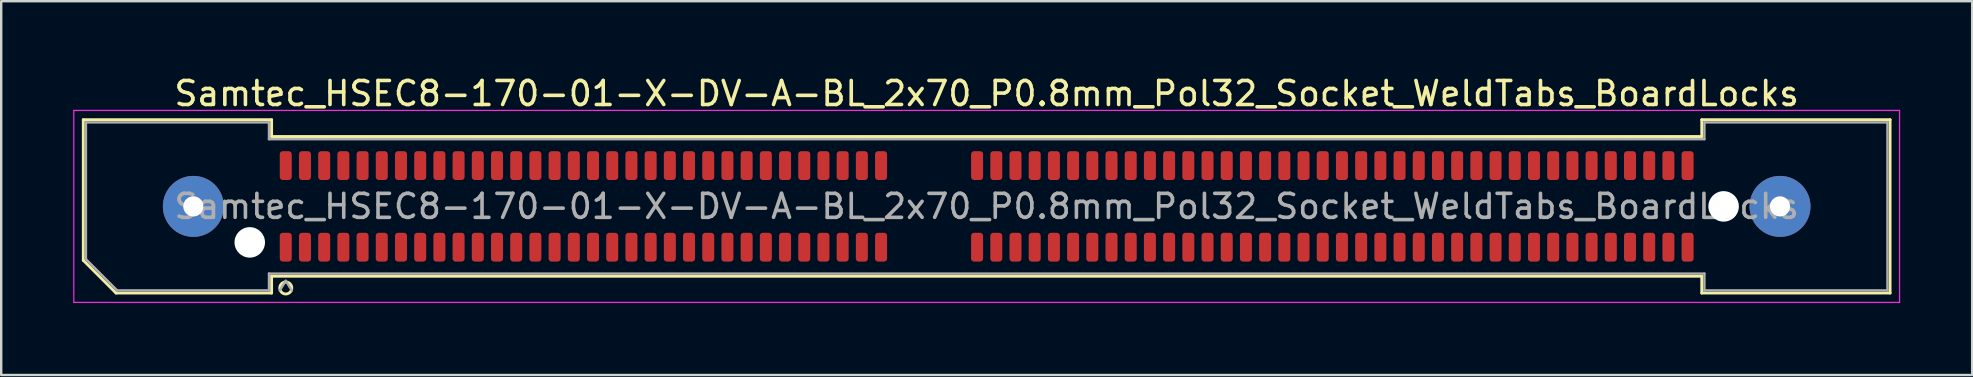
<source format=kicad_pcb>
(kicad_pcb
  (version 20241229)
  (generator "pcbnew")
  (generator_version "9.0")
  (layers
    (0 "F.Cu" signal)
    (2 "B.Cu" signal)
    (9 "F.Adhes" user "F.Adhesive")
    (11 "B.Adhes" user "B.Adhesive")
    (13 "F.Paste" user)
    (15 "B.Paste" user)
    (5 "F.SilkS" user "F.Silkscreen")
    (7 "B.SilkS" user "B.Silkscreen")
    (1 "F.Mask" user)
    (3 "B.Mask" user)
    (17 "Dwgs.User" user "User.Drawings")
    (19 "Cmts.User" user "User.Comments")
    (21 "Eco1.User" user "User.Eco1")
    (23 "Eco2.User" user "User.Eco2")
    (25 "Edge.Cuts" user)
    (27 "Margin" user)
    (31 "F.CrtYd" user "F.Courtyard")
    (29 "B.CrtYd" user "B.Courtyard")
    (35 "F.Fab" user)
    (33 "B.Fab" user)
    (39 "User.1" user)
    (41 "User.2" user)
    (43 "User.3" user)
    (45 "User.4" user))
  (footprint "Samtec_HSEC8-170-01-X-DV-A-BL_2x70_P0.8mm_Pol32_Socket_WeldTabs_BoardLocks"
    (layer "F.Cu")
    (at 38.055 5.548)
    (property "Reference" "Samtec_HSEC8-170-01-X-DV-A-BL_2x70_P0.8mm_Pol32_Socket_WeldTabs_BoardLocks" (at 0 -4.7 0) (layer "F.SilkS") (effects (font (size 1 1) (thickness 0.15))))
    (attr smd)
    (fp_line (start -37.635 -3.61) (end -29.79 -3.61) (stroke (width 0.12) (type solid)) (layer "F.SilkS"))
    (fp_line (start -37.635 2.246) (end -37.635 -3.61) (stroke (width 0.12) (type solid)) (layer "F.SilkS"))
    (fp_line (start -36.271 3.61) (end -37.635 2.246) (stroke (width 0.12) (type solid)) (layer "F.SilkS"))
    (fp_line (start -29.79 -3.61) (end -29.79 -2.91) (stroke (width 0.12) (type solid)) (layer "F.SilkS"))
    (fp_line (start -29.79 -2.91) (end 29.79 -2.91) (stroke (width 0.12) (type solid)) (layer "F.SilkS"))
    (fp_line (start -29.79 2.91) (end -29.79 3.61) (stroke (width 0.12) (type solid)) (layer "F.SilkS"))
    (fp_line (start -29.79 3.61) (end -36.271 3.61) (stroke (width 0.12) (type solid)) (layer "F.SilkS"))
    (fp_line (start 29.79 -3.61) (end 37.635 -3.61) (stroke (width 0.12) (type solid)) (layer "F.SilkS"))
    (fp_line (start 29.79 -2.91) (end 29.79 -3.61) (stroke (width 0.12) (type solid)) (layer "F.SilkS"))
    (fp_line (start 29.79 2.91) (end -29.79 2.91) (stroke (width 0.12) (type solid)) (layer "F.SilkS"))
    (fp_line (start 29.79 3.61) (end 29.79 2.91) (stroke (width 0.12) (type solid)) (layer "F.SilkS"))
    (fp_line (start 37.635 -3.61) (end 37.635 3.61) (stroke (width 0.12) (type solid)) (layer "F.SilkS"))
    (fp_line (start 37.635 3.61) (end 29.79 3.61) (stroke (width 0.12) (type solid)) (layer "F.SilkS"))
    (fp_circle (center -29.2 3.4) (end -28.95 3.4) (stroke (width 0.12) (type solid)) (fill no) (layer "F.SilkS"))
    (fp_line (start -38.03 -4) (end -38.03 4) (stroke (width 0.05) (type solid)) (layer "F.CrtYd"))
    (fp_line (start -38.03 4) (end 38.03 4) (stroke (width 0.05) (type solid)) (layer "F.CrtYd"))
    (fp_line (start 38.03 -4) (end -38.03 -4) (stroke (width 0.05) (type solid)) (layer "F.CrtYd"))
    (fp_line (start 38.03 4) (end 38.03 -4) (stroke (width 0.05) (type solid)) (layer "F.CrtYd"))
    (fp_line (start -37.525 -3.5) (end -29.9 -3.5) (stroke (width 0.1) (type solid)) (layer "F.Fab"))
    (fp_line (start -37.525 2.2) (end -37.525 -3.5) (stroke (width 0.1) (type solid)) (layer "F.Fab"))
    (fp_line (start -36.225 3.5) (end -37.525 2.2) (stroke (width 0.1) (type solid)) (layer "F.Fab"))
    (fp_line (start -29.9 -3.5) (end -29.9 -2.8) (stroke (width 0.1) (type solid)) (layer "F.Fab"))
    (fp_line (start -29.9 -2.8) (end 29.9 -2.8) (stroke (width 0.1) (type solid)) (layer "F.Fab"))
    (fp_line (start -29.9 2.8) (end -29.9 3.5) (stroke (width 0.1) (type solid)) (layer "F.Fab"))
    (fp_line (start -29.9 3.5) (end -36.225 3.5) (stroke (width 0.1) (type solid)) (layer "F.Fab"))
    (fp_line (start -29.2 3.1) (end -29.45 3.5) (stroke (width 0.1) (type solid)) (layer "F.Fab"))
    (fp_line (start -29.2 3.1) (end -28.95 3.5) (stroke (width 0.1) (type solid)) (layer "F.Fab"))
    (fp_line (start 29.9 -3.5) (end 37.525 -3.5) (stroke (width 0.1) (type solid)) (layer "F.Fab"))
    (fp_line (start 29.9 -2.8) (end 29.9 -3.5) (stroke (width 0.1) (type solid)) (layer "F.Fab"))
    (fp_line (start 29.9 2.8) (end -29.9 2.8) (stroke (width 0.1) (type solid)) (layer "F.Fab"))
    (fp_line (start 29.9 3.5) (end 29.9 2.8) (stroke (width 0.1) (type solid)) (layer "F.Fab"))
    (fp_line (start 37.525 -3.5) (end 37.525 3.5) (stroke (width 0.1) (type solid)) (layer "F.Fab"))
    (fp_line (start 37.525 3.5) (end 29.9 3.5) (stroke (width 0.1) (type solid)) (layer "F.Fab"))
    (fp_text user "${REFERENCE}" (at 0 0 0) (layer "F.Fab") (effects (font (size 1 1) (thickness 0.15))))
    (pad "" thru_hole circle (at -33.05 0) (size 2.54 2.54) (drill 0.84) (layers "*.Cu" "*.Mask" "F.Paste"))
    (pad "" np_thru_hole circle (at -30.7 1.5) (size 1.27 1.27) (drill 1.27) (layers "*.Cu" "*.Mask"))
    (pad "" np_thru_hole circle (at 30.7 0) (size 1.27 1.27) (drill 1.27) (layers "*.Cu" "*.Mask"))
    (pad "" thru_hole circle (at 33.05 0) (size 2.54 2.54) (drill 0.84) (layers "*.Cu" "*.Mask" "F.Paste"))
    (pad "1" smd roundrect (at -29.2 1.7) (size 0.5 1.2) (layers "F.Cu" "F.Mask" "F.Paste") (roundrect_rratio 0.25))
    (pad "2" smd roundrect (at -29.2 -1.7) (size 0.5 1.2) (layers "F.Cu" "F.Mask" "F.Paste") (roundrect_rratio 0.25))
    (pad "3" smd roundrect (at -28.4 1.7) (size 0.5 1.2) (layers "F.Cu" "F.Mask" "F.Paste") (roundrect_rratio 0.25))
    (pad "4" smd roundrect (at -28.4 -1.7) (size 0.5 1.2) (layers "F.Cu" "F.Mask" "F.Paste") (roundrect_rratio 0.25))
    (pad "5" smd roundrect (at -27.6 1.7) (size 0.5 1.2) (layers "F.Cu" "F.Mask" "F.Paste") (roundrect_rratio 0.25))
    (pad "6" smd roundrect (at -27.6 -1.7) (size 0.5 1.2) (layers "F.Cu" "F.Mask" "F.Paste") (roundrect_rratio 0.25))
    (pad "7" smd roundrect (at -26.8 1.7) (size 0.5 1.2) (layers "F.Cu" "F.Mask" "F.Paste") (roundrect_rratio 0.25))
    (pad "8" smd roundrect (at -26.8 -1.7) (size 0.5 1.2) (layers "F.Cu" "F.Mask" "F.Paste") (roundrect_rratio 0.25))
    (pad "9" smd roundrect (at -26 1.7) (size 0.5 1.2) (layers "F.Cu" "F.Mask" "F.Paste") (roundrect_rratio 0.25))
    (pad "10" smd roundrect (at -26 -1.7) (size 0.5 1.2) (layers "F.Cu" "F.Mask" "F.Paste") (roundrect_rratio 0.25))
    (pad "11" smd roundrect (at -25.2 1.7) (size 0.5 1.2) (layers "F.Cu" "F.Mask" "F.Paste") (roundrect_rratio 0.25))
    (pad "12" smd roundrect (at -25.2 -1.7) (size 0.5 1.2) (layers "F.Cu" "F.Mask" "F.Paste") (roundrect_rratio 0.25))
    (pad "13" smd roundrect (at -24.4 1.7) (size 0.5 1.2) (layers "F.Cu" "F.Mask" "F.Paste") (roundrect_rratio 0.25))
    (pad "14" smd roundrect (at -24.4 -1.7) (size 0.5 1.2) (layers "F.Cu" "F.Mask" "F.Paste") (roundrect_rratio 0.25))
    (pad "15" smd roundrect (at -23.6 1.7) (size 0.5 1.2) (layers "F.Cu" "F.Mask" "F.Paste") (roundrect_rratio 0.25))
    (pad "16" smd roundrect (at -23.6 -1.7) (size 0.5 1.2) (layers "F.Cu" "F.Mask" "F.Paste") (roundrect_rratio 0.25))
    (pad "17" smd roundrect (at -22.8 1.7) (size 0.5 1.2) (layers "F.Cu" "F.Mask" "F.Paste") (roundrect_rratio 0.25))
    (pad "18" smd roundrect (at -22.8 -1.7) (size 0.5 1.2) (layers "F.Cu" "F.Mask" "F.Paste") (roundrect_rratio 0.25))
    (pad "19" smd roundrect (at -22 1.7) (size 0.5 1.2) (layers "F.Cu" "F.Mask" "F.Paste") (roundrect_rratio 0.25))
    (pad "20" smd roundrect (at -22 -1.7) (size 0.5 1.2) (layers "F.Cu" "F.Mask" "F.Paste") (roundrect_rratio 0.25))
    (pad "21" smd roundrect (at -21.2 1.7) (size 0.5 1.2) (layers "F.Cu" "F.Mask" "F.Paste") (roundrect_rratio 0.25))
    (pad "22" smd roundrect (at -21.2 -1.7) (size 0.5 1.2) (layers "F.Cu" "F.Mask" "F.Paste") (roundrect_rratio 0.25))
    (pad "23" smd roundrect (at -20.4 1.7) (size 0.5 1.2) (layers "F.Cu" "F.Mask" "F.Paste") (roundrect_rratio 0.25))
    (pad "24" smd roundrect (at -20.4 -1.7) (size 0.5 1.2) (layers "F.Cu" "F.Mask" "F.Paste") (roundrect_rratio 0.25))
    (pad "25" smd roundrect (at -19.6 1.7) (size 0.5 1.2) (layers "F.Cu" "F.Mask" "F.Paste") (roundrect_rratio 0.25))
    (pad "26" smd roundrect (at -19.6 -1.7) (size 0.5 1.2) (layers "F.Cu" "F.Mask" "F.Paste") (roundrect_rratio 0.25))
    (pad "27" smd roundrect (at -18.8 1.7) (size 0.5 1.2) (layers "F.Cu" "F.Mask" "F.Paste") (roundrect_rratio 0.25))
    (pad "28" smd roundrect (at -18.8 -1.7) (size 0.5 1.2) (layers "F.Cu" "F.Mask" "F.Paste") (roundrect_rratio 0.25))
    (pad "29" smd roundrect (at -18 1.7) (size 0.5 1.2) (layers "F.Cu" "F.Mask" "F.Paste") (roundrect_rratio 0.25))
    (pad "30" smd roundrect (at -18 -1.7) (size 0.5 1.2) (layers "F.Cu" "F.Mask" "F.Paste") (roundrect_rratio 0.25))
    (pad "31" smd roundrect (at -17.2 1.7) (size 0.5 1.2) (layers "F.Cu" "F.Mask" "F.Paste") (roundrect_rratio 0.25))
    (pad "32" smd roundrect (at -17.2 -1.7) (size 0.5 1.2) (layers "F.Cu" "F.Mask" "F.Paste") (roundrect_rratio 0.25))
    (pad "33" smd roundrect (at -16.4 1.7) (size 0.5 1.2) (layers "F.Cu" "F.Mask" "F.Paste") (roundrect_rratio 0.25))
    (pad "34" smd roundrect (at -16.4 -1.7) (size 0.5 1.2) (layers "F.Cu" "F.Mask" "F.Paste") (roundrect_rratio 0.25))
    (pad "35" smd roundrect (at -15.6 1.7) (size 0.5 1.2) (layers "F.Cu" "F.Mask" "F.Paste") (roundrect_rratio 0.25))
    (pad "36" smd roundrect (at -15.6 -1.7) (size 0.5 1.2) (layers "F.Cu" "F.Mask" "F.Paste") (roundrect_rratio 0.25))
    (pad "37" smd roundrect (at -14.8 1.7) (size 0.5 1.2) (layers "F.Cu" "F.Mask" "F.Paste") (roundrect_rratio 0.25))
    (pad "38" smd roundrect (at -14.8 -1.7) (size 0.5 1.2) (layers "F.Cu" "F.Mask" "F.Paste") (roundrect_rratio 0.25))
    (pad "39" smd roundrect (at -14 1.7) (size 0.5 1.2) (layers "F.Cu" "F.Mask" "F.Paste") (roundrect_rratio 0.25))
    (pad "40" smd roundrect (at -14 -1.7) (size 0.5 1.2) (layers "F.Cu" "F.Mask" "F.Paste") (roundrect_rratio 0.25))
    (pad "41" smd roundrect (at -13.2 1.7) (size 0.5 1.2) (layers "F.Cu" "F.Mask" "F.Paste") (roundrect_rratio 0.25))
    (pad "42" smd roundrect (at -13.2 -1.7) (size 0.5 1.2) (layers "F.Cu" "F.Mask" "F.Paste") (roundrect_rratio 0.25))
    (pad "43" smd roundrect (at -12.4 1.7) (size 0.5 1.2) (layers "F.Cu" "F.Mask" "F.Paste") (roundrect_rratio 0.25))
    (pad "44" smd roundrect (at -12.4 -1.7) (size 0.5 1.2) (layers "F.Cu" "F.Mask" "F.Paste") (roundrect_rratio 0.25))
    (pad "45" smd roundrect (at -11.6 1.7) (size 0.5 1.2) (layers "F.Cu" "F.Mask" "F.Paste") (roundrect_rratio 0.25))
    (pad "46" smd roundrect (at -11.6 -1.7) (size 0.5 1.2) (layers "F.Cu" "F.Mask" "F.Paste") (roundrect_rratio 0.25))
    (pad "47" smd roundrect (at -10.8 1.7) (size 0.5 1.2) (layers "F.Cu" "F.Mask" "F.Paste") (roundrect_rratio 0.25))
    (pad "48" smd roundrect (at -10.8 -1.7) (size 0.5 1.2) (layers "F.Cu" "F.Mask" "F.Paste") (roundrect_rratio 0.25))
    (pad "49" smd roundrect (at -10 1.7) (size 0.5 1.2) (layers "F.Cu" "F.Mask" "F.Paste") (roundrect_rratio 0.25))
    (pad "50" smd roundrect (at -10 -1.7) (size 0.5 1.2) (layers "F.Cu" "F.Mask" "F.Paste") (roundrect_rratio 0.25))
    (pad "51" smd roundrect (at -9.2 1.7) (size 0.5 1.2) (layers "F.Cu" "F.Mask" "F.Paste") (roundrect_rratio 0.25))
    (pad "52" smd roundrect (at -9.2 -1.7) (size 0.5 1.2) (layers "F.Cu" "F.Mask" "F.Paste") (roundrect_rratio 0.25))
    (pad "53" smd roundrect (at -8.4 1.7) (size 0.5 1.2) (layers "F.Cu" "F.Mask" "F.Paste") (roundrect_rratio 0.25))
    (pad "54" smd roundrect (at -8.4 -1.7) (size 0.5 1.2) (layers "F.Cu" "F.Mask" "F.Paste") (roundrect_rratio 0.25))
    (pad "55" smd roundrect (at -7.6 1.7) (size 0.5 1.2) (layers "F.Cu" "F.Mask" "F.Paste") (roundrect_rratio 0.25))
    (pad "56" smd roundrect (at -7.6 -1.7) (size 0.5 1.2) (layers "F.Cu" "F.Mask" "F.Paste") (roundrect_rratio 0.25))
    (pad "57" smd roundrect (at -6.8 1.7) (size 0.5 1.2) (layers "F.Cu" "F.Mask" "F.Paste") (roundrect_rratio 0.25))
    (pad "58" smd roundrect (at -6.8 -1.7) (size 0.5 1.2) (layers "F.Cu" "F.Mask" "F.Paste") (roundrect_rratio 0.25))
    (pad "59" smd roundrect (at -6 1.7) (size 0.5 1.2) (layers "F.Cu" "F.Mask" "F.Paste") (roundrect_rratio 0.25))
    (pad "60" smd roundrect (at -6 -1.7) (size 0.5 1.2) (layers "F.Cu" "F.Mask" "F.Paste") (roundrect_rratio 0.25))
    (pad "61" smd roundrect (at -5.2 1.7) (size 0.5 1.2) (layers "F.Cu" "F.Mask" "F.Paste") (roundrect_rratio 0.25))
    (pad "62" smd roundrect (at -5.2 -1.7) (size 0.5 1.2) (layers "F.Cu" "F.Mask" "F.Paste") (roundrect_rratio 0.25))
    (pad "63" smd roundrect (at -4.4 1.7) (size 0.5 1.2) (layers "F.Cu" "F.Mask" "F.Paste") (roundrect_rratio 0.25))
    (pad "64" smd roundrect (at -4.4 -1.7) (size 0.5 1.2) (layers "F.Cu" "F.Mask" "F.Paste") (roundrect_rratio 0.25))
    (pad "65" smd roundrect (at -0.4 1.7) (size 0.5 1.2) (layers "F.Cu" "F.Mask" "F.Paste") (roundrect_rratio 0.25))
    (pad "66" smd roundrect (at -0.4 -1.7) (size 0.5 1.2) (layers "F.Cu" "F.Mask" "F.Paste") (roundrect_rratio 0.25))
    (pad "67" smd roundrect (at 0.4 1.7) (size 0.5 1.2) (layers "F.Cu" "F.Mask" "F.Paste") (roundrect_rratio 0.25))
    (pad "68" smd roundrect (at 0.4 -1.7) (size 0.5 1.2) (layers "F.Cu" "F.Mask" "F.Paste") (roundrect_rratio 0.25))
    (pad "69" smd roundrect (at 1.2 1.7) (size 0.5 1.2) (layers "F.Cu" "F.Mask" "F.Paste") (roundrect_rratio 0.25))
    (pad "70" smd roundrect (at 1.2 -1.7) (size 0.5 1.2) (layers "F.Cu" "F.Mask" "F.Paste") (roundrect_rratio 0.25))
    (pad "71" smd roundrect (at 2 1.7) (size 0.5 1.2) (layers "F.Cu" "F.Mask" "F.Paste") (roundrect_rratio 0.25))
    (pad "72" smd roundrect (at 2 -1.7) (size 0.5 1.2) (layers "F.Cu" "F.Mask" "F.Paste") (roundrect_rratio 0.25))
    (pad "73" smd roundrect (at 2.8 1.7) (size 0.5 1.2) (layers "F.Cu" "F.Mask" "F.Paste") (roundrect_rratio 0.25))
    (pad "74" smd roundrect (at 2.8 -1.7) (size 0.5 1.2) (layers "F.Cu" "F.Mask" "F.Paste") (roundrect_rratio 0.25))
    (pad "75" smd roundrect (at 3.6 1.7) (size 0.5 1.2) (layers "F.Cu" "F.Mask" "F.Paste") (roundrect_rratio 0.25))
    (pad "76" smd roundrect (at 3.6 -1.7) (size 0.5 1.2) (layers "F.Cu" "F.Mask" "F.Paste") (roundrect_rratio 0.25))
    (pad "77" smd roundrect (at 4.4 1.7) (size 0.5 1.2) (layers "F.Cu" "F.Mask" "F.Paste") (roundrect_rratio 0.25))
    (pad "78" smd roundrect (at 4.4 -1.7) (size 0.5 1.2) (layers "F.Cu" "F.Mask" "F.Paste") (roundrect_rratio 0.25))
    (pad "79" smd roundrect (at 5.2 1.7) (size 0.5 1.2) (layers "F.Cu" "F.Mask" "F.Paste") (roundrect_rratio 0.25))
    (pad "80" smd roundrect (at 5.2 -1.7) (size 0.5 1.2) (layers "F.Cu" "F.Mask" "F.Paste") (roundrect_rratio 0.25))
    (pad "81" smd roundrect (at 6 1.7) (size 0.5 1.2) (layers "F.Cu" "F.Mask" "F.Paste") (roundrect_rratio 0.25))
    (pad "82" smd roundrect (at 6 -1.7) (size 0.5 1.2) (layers "F.Cu" "F.Mask" "F.Paste") (roundrect_rratio 0.25))
    (pad "83" smd roundrect (at 6.8 1.7) (size 0.5 1.2) (layers "F.Cu" "F.Mask" "F.Paste") (roundrect_rratio 0.25))
    (pad "84" smd roundrect (at 6.8 -1.7) (size 0.5 1.2) (layers "F.Cu" "F.Mask" "F.Paste") (roundrect_rratio 0.25))
    (pad "85" smd roundrect (at 7.6 1.7) (size 0.5 1.2) (layers "F.Cu" "F.Mask" "F.Paste") (roundrect_rratio 0.25))
    (pad "86" smd roundrect (at 7.6 -1.7) (size 0.5 1.2) (layers "F.Cu" "F.Mask" "F.Paste") (roundrect_rratio 0.25))
    (pad "87" smd roundrect (at 8.4 1.7) (size 0.5 1.2) (layers "F.Cu" "F.Mask" "F.Paste") (roundrect_rratio 0.25))
    (pad "88" smd roundrect (at 8.4 -1.7) (size 0.5 1.2) (layers "F.Cu" "F.Mask" "F.Paste") (roundrect_rratio 0.25))
    (pad "89" smd roundrect (at 9.2 1.7) (size 0.5 1.2) (layers "F.Cu" "F.Mask" "F.Paste") (roundrect_rratio 0.25))
    (pad "90" smd roundrect (at 9.2 -1.7) (size 0.5 1.2) (layers "F.Cu" "F.Mask" "F.Paste") (roundrect_rratio 0.25))
    (pad "91" smd roundrect (at 10 1.7) (size 0.5 1.2) (layers "F.Cu" "F.Mask" "F.Paste") (roundrect_rratio 0.25))
    (pad "92" smd roundrect (at 10 -1.7) (size 0.5 1.2) (layers "F.Cu" "F.Mask" "F.Paste") (roundrect_rratio 0.25))
    (pad "93" smd roundrect (at 10.8 1.7) (size 0.5 1.2) (layers "F.Cu" "F.Mask" "F.Paste") (roundrect_rratio 0.25))
    (pad "94" smd roundrect (at 10.8 -1.7) (size 0.5 1.2) (layers "F.Cu" "F.Mask" "F.Paste") (roundrect_rratio 0.25))
    (pad "95" smd roundrect (at 11.6 1.7) (size 0.5 1.2) (layers "F.Cu" "F.Mask" "F.Paste") (roundrect_rratio 0.25))
    (pad "96" smd roundrect (at 11.6 -1.7) (size 0.5 1.2) (layers "F.Cu" "F.Mask" "F.Paste") (roundrect_rratio 0.25))
    (pad "97" smd roundrect (at 12.4 1.7) (size 0.5 1.2) (layers "F.Cu" "F.Mask" "F.Paste") (roundrect_rratio 0.25))
    (pad "98" smd roundrect (at 12.4 -1.7) (size 0.5 1.2) (layers "F.Cu" "F.Mask" "F.Paste") (roundrect_rratio 0.25))
    (pad "99" smd roundrect (at 13.2 1.7) (size 0.5 1.2) (layers "F.Cu" "F.Mask" "F.Paste") (roundrect_rratio 0.25))
    (pad "100" smd roundrect (at 13.2 -1.7) (size 0.5 1.2) (layers "F.Cu" "F.Mask" "F.Paste") (roundrect_rratio 0.25))
    (pad "101" smd roundrect (at 14 1.7) (size 0.5 1.2) (layers "F.Cu" "F.Mask" "F.Paste") (roundrect_rratio 0.25))
    (pad "102" smd roundrect (at 14 -1.7) (size 0.5 1.2) (layers "F.Cu" "F.Mask" "F.Paste") (roundrect_rratio 0.25))
    (pad "103" smd roundrect (at 14.8 1.7) (size 0.5 1.2) (layers "F.Cu" "F.Mask" "F.Paste") (roundrect_rratio 0.25))
    (pad "104" smd roundrect (at 14.8 -1.7) (size 0.5 1.2) (layers "F.Cu" "F.Mask" "F.Paste") (roundrect_rratio 0.25))
    (pad "105" smd roundrect (at 15.6 1.7) (size 0.5 1.2) (layers "F.Cu" "F.Mask" "F.Paste") (roundrect_rratio 0.25))
    (pad "106" smd roundrect (at 15.6 -1.7) (size 0.5 1.2) (layers "F.Cu" "F.Mask" "F.Paste") (roundrect_rratio 0.25))
    (pad "107" smd roundrect (at 16.4 1.7) (size 0.5 1.2) (layers "F.Cu" "F.Mask" "F.Paste") (roundrect_rratio 0.25))
    (pad "108" smd roundrect (at 16.4 -1.7) (size 0.5 1.2) (layers "F.Cu" "F.Mask" "F.Paste") (roundrect_rratio 0.25))
    (pad "109" smd roundrect (at 17.2 1.7) (size 0.5 1.2) (layers "F.Cu" "F.Mask" "F.Paste") (roundrect_rratio 0.25))
    (pad "110" smd roundrect (at 17.2 -1.7) (size 0.5 1.2) (layers "F.Cu" "F.Mask" "F.Paste") (roundrect_rratio 0.25))
    (pad "111" smd roundrect (at 18 1.7) (size 0.5 1.2) (layers "F.Cu" "F.Mask" "F.Paste") (roundrect_rratio 0.25))
    (pad "112" smd roundrect (at 18 -1.7) (size 0.5 1.2) (layers "F.Cu" "F.Mask" "F.Paste") (roundrect_rratio 0.25))
    (pad "113" smd roundrect (at 18.8 1.7) (size 0.5 1.2) (layers "F.Cu" "F.Mask" "F.Paste") (roundrect_rratio 0.25))
    (pad "114" smd roundrect (at 18.8 -1.7) (size 0.5 1.2) (layers "F.Cu" "F.Mask" "F.Paste") (roundrect_rratio 0.25))
    (pad "115" smd roundrect (at 19.6 1.7) (size 0.5 1.2) (layers "F.Cu" "F.Mask" "F.Paste") (roundrect_rratio 0.25))
    (pad "116" smd roundrect (at 19.6 -1.7) (size 0.5 1.2) (layers "F.Cu" "F.Mask" "F.Paste") (roundrect_rratio 0.25))
    (pad "117" smd roundrect (at 20.4 1.7) (size 0.5 1.2) (layers "F.Cu" "F.Mask" "F.Paste") (roundrect_rratio 0.25))
    (pad "118" smd roundrect (at 20.4 -1.7) (size 0.5 1.2) (layers "F.Cu" "F.Mask" "F.Paste") (roundrect_rratio 0.25))
    (pad "119" smd roundrect (at 21.2 1.7) (size 0.5 1.2) (layers "F.Cu" "F.Mask" "F.Paste") (roundrect_rratio 0.25))
    (pad "120" smd roundrect (at 21.2 -1.7) (size 0.5 1.2) (layers "F.Cu" "F.Mask" "F.Paste") (roundrect_rratio 0.25))
    (pad "121" smd roundrect (at 22 1.7) (size 0.5 1.2) (layers "F.Cu" "F.Mask" "F.Paste") (roundrect_rratio 0.25))
    (pad "122" smd roundrect (at 22 -1.7) (size 0.5 1.2) (layers "F.Cu" "F.Mask" "F.Paste") (roundrect_rratio 0.25))
    (pad "123" smd roundrect (at 22.8 1.7) (size 0.5 1.2) (layers "F.Cu" "F.Mask" "F.Paste") (roundrect_rratio 0.25))
    (pad "124" smd roundrect (at 22.8 -1.7) (size 0.5 1.2) (layers "F.Cu" "F.Mask" "F.Paste") (roundrect_rratio 0.25))
    (pad "125" smd roundrect (at 23.6 1.7) (size 0.5 1.2) (layers "F.Cu" "F.Mask" "F.Paste") (roundrect_rratio 0.25))
    (pad "126" smd roundrect (at 23.6 -1.7) (size 0.5 1.2) (layers "F.Cu" "F.Mask" "F.Paste") (roundrect_rratio 0.25))
    (pad "127" smd roundrect (at 24.4 1.7) (size 0.5 1.2) (layers "F.Cu" "F.Mask" "F.Paste") (roundrect_rratio 0.25))
    (pad "128" smd roundrect (at 24.4 -1.7) (size 0.5 1.2) (layers "F.Cu" "F.Mask" "F.Paste") (roundrect_rratio 0.25))
    (pad "129" smd roundrect (at 25.2 1.7) (size 0.5 1.2) (layers "F.Cu" "F.Mask" "F.Paste") (roundrect_rratio 0.25))
    (pad "130" smd roundrect (at 25.2 -1.7) (size 0.5 1.2) (layers "F.Cu" "F.Mask" "F.Paste") (roundrect_rratio 0.25))
    (pad "131" smd roundrect (at 26 1.7) (size 0.5 1.2) (layers "F.Cu" "F.Mask" "F.Paste") (roundrect_rratio 0.25))
    (pad "132" smd roundrect (at 26 -1.7) (size 0.5 1.2) (layers "F.Cu" "F.Mask" "F.Paste") (roundrect_rratio 0.25))
    (pad "133" smd roundrect (at 26.8 1.7) (size 0.5 1.2) (layers "F.Cu" "F.Mask" "F.Paste") (roundrect_rratio 0.25))
    (pad "134" smd roundrect (at 26.8 -1.7) (size 0.5 1.2) (layers "F.Cu" "F.Mask" "F.Paste") (roundrect_rratio 0.25))
    (pad "135" smd roundrect (at 27.6 1.7) (size 0.5 1.2) (layers "F.Cu" "F.Mask" "F.Paste") (roundrect_rratio 0.25))
    (pad "136" smd roundrect (at 27.6 -1.7) (size 0.5 1.2) (layers "F.Cu" "F.Mask" "F.Paste") (roundrect_rratio 0.25))
    (pad "137" smd roundrect (at 28.4 1.7) (size 0.5 1.2) (layers "F.Cu" "F.Mask" "F.Paste") (roundrect_rratio 0.25))
    (pad "138" smd roundrect (at 28.4 -1.7) (size 0.5 1.2) (layers "F.Cu" "F.Mask" "F.Paste") (roundrect_rratio 0.25))
    (pad "139" smd roundrect (at 29.2 1.7) (size 0.5 1.2) (layers "F.Cu" "F.Mask" "F.Paste") (roundrect_rratio 0.25))
    (pad "140" smd roundrect (at 29.2 -1.7) (size 0.5 1.2) (layers "F.Cu" "F.Mask" "F.Paste") (roundrect_rratio 0.25)))
  (gr_rect
    (start -3 -3)
    (end 79.11 12.573)
    (stroke (width 0.1) (type default))
    (fill no)
    (layer "Edge.Cuts")))
</source>
